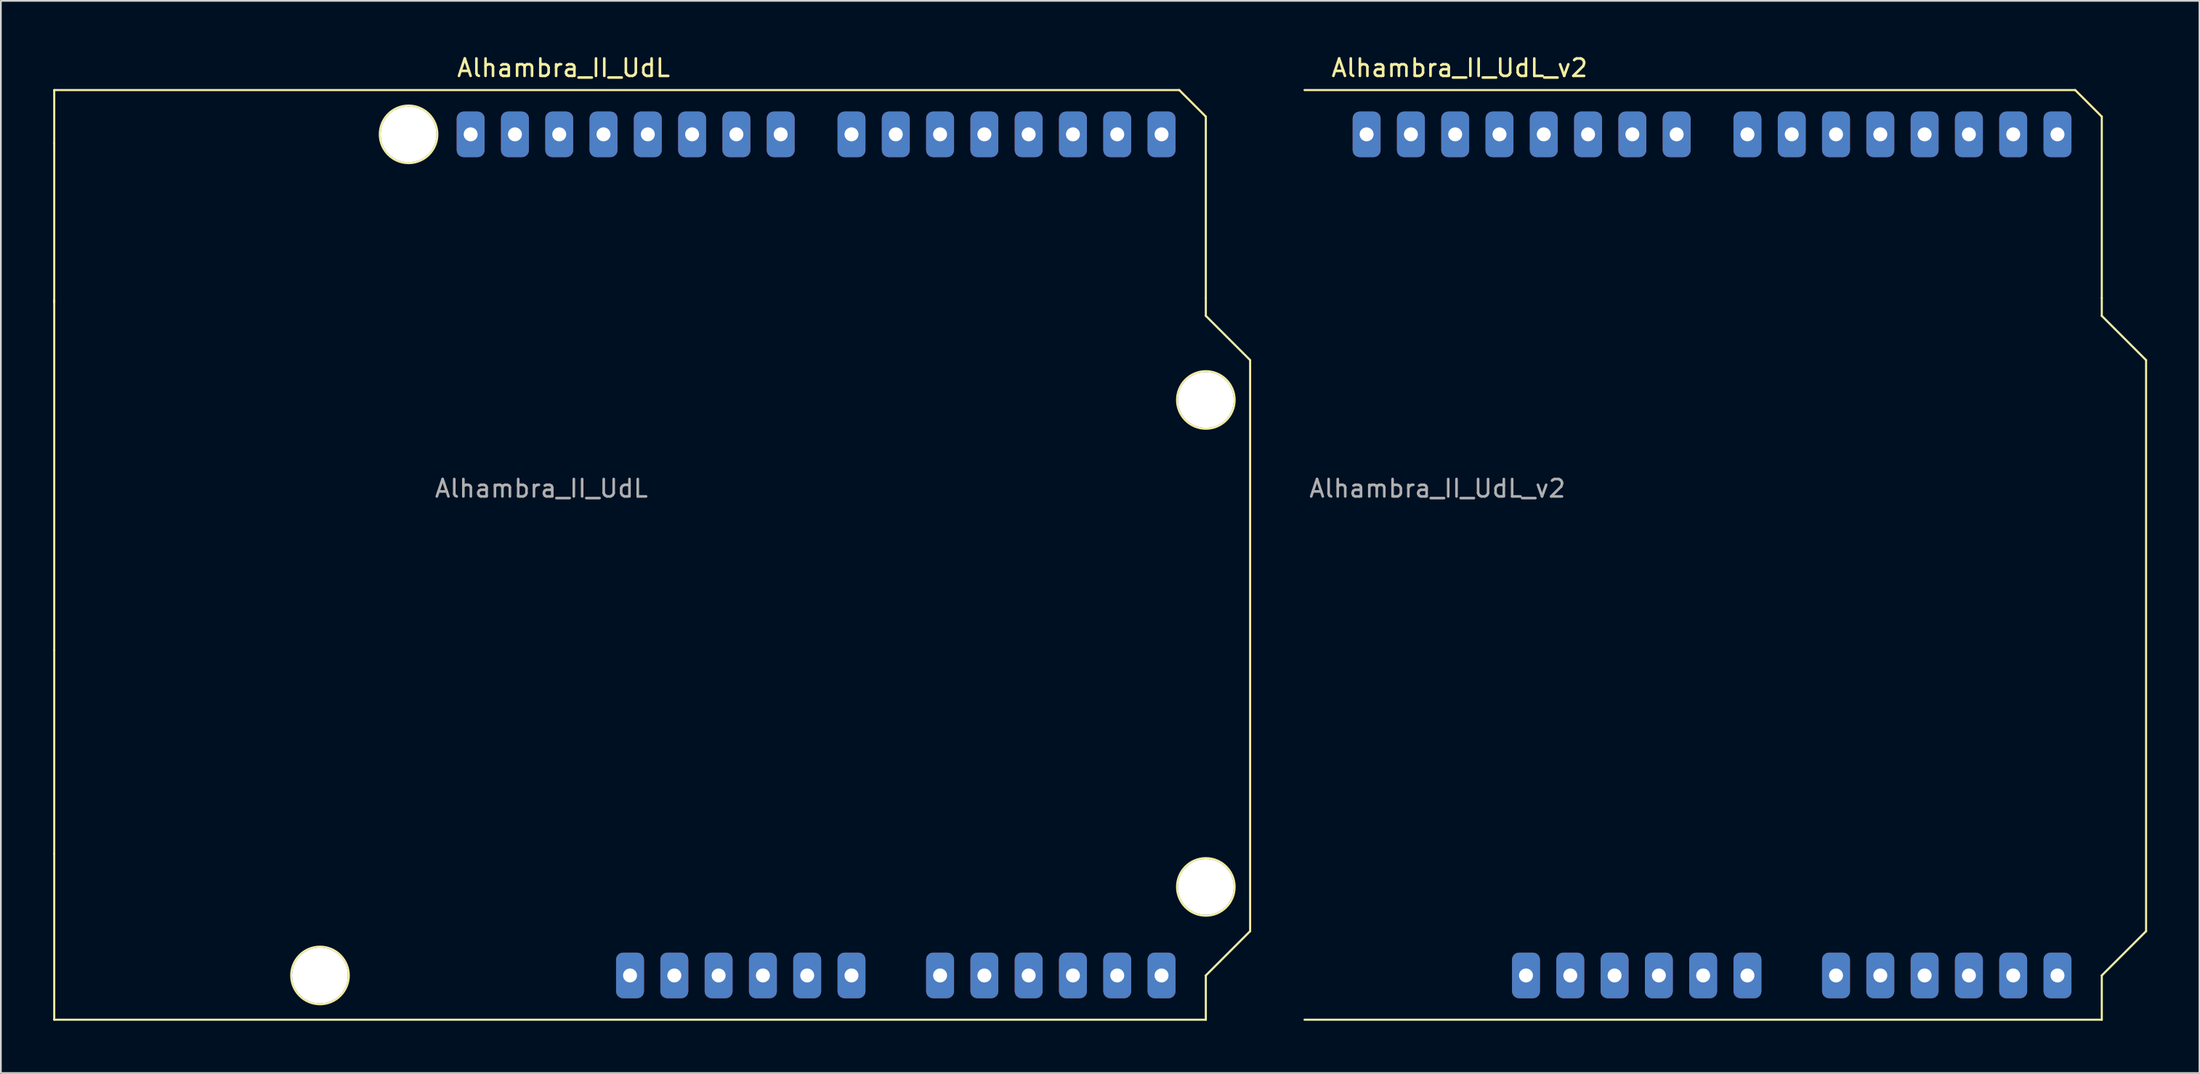
<source format=kicad_pcb>
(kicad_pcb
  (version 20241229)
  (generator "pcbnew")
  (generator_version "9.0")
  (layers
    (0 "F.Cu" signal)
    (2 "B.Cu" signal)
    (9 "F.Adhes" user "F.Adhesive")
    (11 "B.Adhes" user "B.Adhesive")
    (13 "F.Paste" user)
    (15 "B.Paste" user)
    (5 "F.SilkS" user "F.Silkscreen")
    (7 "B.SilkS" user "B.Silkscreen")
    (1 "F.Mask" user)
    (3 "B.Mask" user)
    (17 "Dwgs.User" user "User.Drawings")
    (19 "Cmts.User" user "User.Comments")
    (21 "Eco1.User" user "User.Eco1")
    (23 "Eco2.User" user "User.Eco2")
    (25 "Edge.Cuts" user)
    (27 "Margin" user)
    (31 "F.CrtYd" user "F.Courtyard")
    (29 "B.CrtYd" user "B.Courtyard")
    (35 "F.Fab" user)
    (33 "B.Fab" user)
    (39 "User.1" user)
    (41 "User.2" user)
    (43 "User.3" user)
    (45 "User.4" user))
  (footprint "Alhambra_II_UdL"
    (layer "F.Cu")
    (at 28 4.658)
    (property "Reference" "Alhambra_II_UdL" (at 1.27 -3.81 180) (layer "F.SilkS") (effects (font (size 1 1) (thickness 0.15))))
    (attr through_hole)
    (fp_line (start -27.94 -2.54) (end -27.94 0.51) (stroke (width 0.12) (type solid)) (layer "F.SilkS"))
    (fp_line (start -27.94 0.51) (end -27.94 9.65) (stroke (width 0.12) (type solid)) (layer "F.SilkS"))
    (fp_line (start -27.94 9.52) (end -27.94 29.59) (stroke (width 0.12) (type solid)) (layer "F.SilkS"))
    (fp_line (start -27.94 29.59) (end -27.94 41.27) (stroke (width 0.12) (type solid)) (layer "F.SilkS"))
    (fp_line (start -27.94 41.27) (end -27.94 50.8) (stroke (width 0.12) (type solid)) (layer "F.SilkS"))
    (fp_line (start -27.94 50.8) (end 38.1 50.8) (stroke (width 0.12) (type solid)) (layer "F.SilkS"))
    (fp_line (start 36.576 -2.54) (end -27.94 -2.54) (stroke (width 0.12) (type solid)) (layer "F.SilkS"))
    (fp_line (start 36.576 -2.54) (end 38.1 -1.016) (stroke (width 0.12) (type solid)) (layer "F.SilkS"))
    (fp_line (start 38.1 -1.016) (end 38.1 9.398) (stroke (width 0.12) (type solid)) (layer "F.SilkS"))
    (fp_line (start 38.1 10.414) (end 38.1 9.398) (stroke (width 0.12) (type solid)) (layer "F.SilkS"))
    (fp_line (start 38.1 48.26) (end 40.64 45.72) (stroke (width 0.12) (type solid)) (layer "F.SilkS"))
    (fp_line (start 38.1 50.8) (end 38.1 48.26) (stroke (width 0.12) (type solid)) (layer "F.SilkS"))
    (fp_line (start 40.64 12.954) (end 38.1 10.414) (stroke (width 0.12) (type solid)) (layer "F.SilkS"))
    (fp_line (start 40.64 12.954) (end 40.64 45.72) (stroke (width 0.12) (type solid)) (layer "F.SilkS"))
    (fp_circle (center -12.7 48.26) (end -12.7 46.609) (stroke (width 0.12) (type solid)) (fill no) (layer "F.SilkS"))
    (fp_circle (center -7.62 0) (end -7.62 -1.651) (stroke (width 0.12) (type solid)) (fill no) (layer "F.SilkS"))
    (fp_circle (center 38.1 15.24) (end 38.1 13.589) (stroke (width 0.12) (type solid)) (fill no) (layer "F.SilkS"))
    (fp_circle (center 38.1 43.18) (end 38.1 41.529) (stroke (width 0.12) (type solid)) (fill no) (layer "F.SilkS"))
    (fp_text user "${REFERENCE}" (at 0 20.32 180) (layer "F.Fab") (effects (font (size 1 1) (thickness 0.15))))
    (pad "" np_thru_hole circle (at -12.7 48.26 90) (size 3.2 3.2) (drill 3.2) (layers "*.Cu" "*.Mask"))
    (pad "" np_thru_hole circle (at -7.62 0 90) (size 3.2 3.2) (drill 3.2) (layers "*.Cu" "*.Mask"))
    (pad "" np_thru_hole circle (at 38.1 15.24 90) (size 3.2 3.2) (drill 3.2) (layers "*.Cu" "*.Mask"))
    (pad "" np_thru_hole circle (at 38.1 43.18 90) (size 3.2 3.2) (drill 3.2) (layers "*.Cu" "*.Mask"))
    (pad "1" thru_hole roundrect (at 5.08 48.26 90) (size 2.616 1.6) (drill 0.8) (layers "*.Cu" "*.Mask") (roundrect_rratio 0.25))
    (pad "2" thru_hole roundrect (at 7.62 48.26 90) (size 2.616 1.6) (drill 0.8) (layers "*.Cu" "*.Mask") (roundrect_rratio 0.25))
    (pad "3" thru_hole roundrect (at 10.16 48.26 90) (size 2.616 1.6) (drill 0.8) (layers "*.Cu" "*.Mask") (roundrect_rratio 0.25))
    (pad "4" thru_hole roundrect (at 12.7 48.26 90) (size 2.616 1.6) (drill 0.8) (layers "*.Cu" "*.Mask") (roundrect_rratio 0.25))
    (pad "5" thru_hole roundrect (at 15.24 48.26 90) (size 2.616 1.6) (drill 0.8) (layers "*.Cu" "*.Mask") (roundrect_rratio 0.25))
    (pad "6" thru_hole roundrect (at 17.78 48.26 90) (size 2.616 1.6) (drill 0.8) (layers "*.Cu" "*.Mask") (roundrect_rratio 0.25))
    (pad "7" thru_hole roundrect (at 22.86 48.26 90) (size 2.616 1.6) (drill 0.8) (layers "*.Cu" "*.Mask") (roundrect_rratio 0.25))
    (pad "8" thru_hole roundrect (at 25.4 48.26 90) (size 2.616 1.6) (drill 0.8) (layers "*.Cu" "*.Mask") (roundrect_rratio 0.25))
    (pad "9" thru_hole roundrect (at 27.94 48.26 90) (size 2.616 1.6) (drill 0.8) (layers "*.Cu" "*.Mask") (roundrect_rratio 0.25))
    (pad "10" thru_hole roundrect (at 30.48 48.26 90) (size 2.616 1.6) (drill 0.8) (layers "*.Cu" "*.Mask") (roundrect_rratio 0.25))
    (pad "11" thru_hole roundrect (at 33.02 48.26 90) (size 2.616 1.6) (drill 0.8) (layers "*.Cu" "*.Mask") (roundrect_rratio 0.25))
    (pad "12" thru_hole roundrect (at 35.56 48.26 90) (size 2.616 1.6) (drill 0.8) (layers "*.Cu" "*.Mask") (roundrect_rratio 0.25))
    (pad "13" thru_hole roundrect (at 35.56 0 90) (size 2.616 1.6) (drill 0.8) (layers "*.Cu" "*.Mask") (roundrect_rratio 0.25))
    (pad "14" thru_hole roundrect (at 33.02 0 90) (size 2.616 1.6) (drill 0.8) (layers "*.Cu" "*.Mask") (roundrect_rratio 0.25))
    (pad "15" thru_hole roundrect (at 30.48 0 90) (size 2.616 1.6) (drill 0.8) (layers "*.Cu" "*.Mask") (roundrect_rratio 0.25))
    (pad "16" thru_hole roundrect (at 27.94 0 90) (size 2.616 1.6) (drill 0.8) (layers "*.Cu" "*.Mask") (roundrect_rratio 0.25))
    (pad "17" thru_hole roundrect (at 25.4 0 90) (size 2.616 1.6) (drill 0.8) (layers "*.Cu" "*.Mask") (roundrect_rratio 0.25))
    (pad "18" thru_hole roundrect (at 22.86 0 90) (size 2.616 1.6) (drill 0.8) (layers "*.Cu" "*.Mask") (roundrect_rratio 0.25))
    (pad "19" thru_hole roundrect (at 20.32 0 90) (size 2.616 1.6) (drill 0.8) (layers "*.Cu" "*.Mask") (roundrect_rratio 0.25))
    (pad "20" thru_hole roundrect (at 17.78 0 90) (size 2.616 1.6) (drill 0.8) (layers "*.Cu" "*.Mask") (roundrect_rratio 0.25))
    (pad "21" thru_hole roundrect (at 13.72 0 90) (size 2.616 1.6) (drill 0.8) (layers "*.Cu" "*.Mask") (roundrect_rratio 0.25))
    (pad "22" thru_hole roundrect (at 11.18 0 90) (size 2.616 1.6) (drill 0.8) (layers "*.Cu" "*.Mask") (roundrect_rratio 0.25))
    (pad "23" thru_hole roundrect (at 8.64 0 90) (size 2.616 1.6) (drill 0.8) (layers "*.Cu" "*.Mask") (roundrect_rratio 0.25))
    (pad "24" thru_hole roundrect (at 6.1 0 90) (size 2.616 1.6) (drill 0.8) (layers "*.Cu" "*.Mask") (roundrect_rratio 0.25))
    (pad "25" thru_hole roundrect (at 3.56 0 90) (size 2.616 1.6) (drill 0.8) (layers "*.Cu" "*.Mask") (roundrect_rratio 0.25))
    (pad "26" thru_hole roundrect (at 1.02 0 90) (size 2.616 1.6) (drill 0.8) (layers "*.Cu" "*.Mask") (roundrect_rratio 0.25))
    (pad "27" thru_hole roundrect (at -1.52 0 90) (size 2.616 1.6) (drill 0.8) (layers "*.Cu" "*.Mask") (roundrect_rratio 0.25))
    (pad "28" thru_hole roundrect (at -4.06 0 90) (size 2.616 1.6) (drill 0.8) (layers "*.Cu" "*.Mask") (roundrect_rratio 0.25)))
  (footprint "Alhambra_II_UdL_v2"
    (layer "F.Cu")
    (at 79.38 4.658)
    (property "Reference" "Alhambra_II_UdL_v2" (at 1.27 -3.81 180) (layer "F.SilkS") (effects (font (size 1 1) (thickness 0.15))))
    (attr through_hole)
    (fp_line (start -7.62 -2.54) (end 36.576 -2.54) (stroke (width 0.12) (type solid)) (layer "F.SilkS"))
    (fp_line (start -7.62 50.8) (end 38.1 50.8) (stroke (width 0.12) (type solid)) (layer "F.SilkS"))
    (fp_line (start 36.576 -2.54) (end 38.1 -1.016) (stroke (width 0.12) (type solid)) (layer "F.SilkS"))
    (fp_line (start 38.1 -1.016) (end 38.1 9.398) (stroke (width 0.12) (type solid)) (layer "F.SilkS"))
    (fp_line (start 38.1 10.414) (end 38.1 9.398) (stroke (width 0.12) (type solid)) (layer "F.SilkS"))
    (fp_line (start 38.1 48.26) (end 40.64 45.72) (stroke (width 0.12) (type solid)) (layer "F.SilkS"))
    (fp_line (start 38.1 50.8) (end 38.1 48.26) (stroke (width 0.12) (type solid)) (layer "F.SilkS"))
    (fp_line (start 40.64 12.954) (end 38.1 10.414) (stroke (width 0.12) (type solid)) (layer "F.SilkS"))
    (fp_line (start 40.64 12.954) (end 40.64 45.72) (stroke (width 0.12) (type solid)) (layer "F.SilkS"))
    (fp_text user "${REFERENCE}" (at 0 20.32 180) (layer "F.Fab") (effects (font (size 1 1) (thickness 0.15))))
    (pad "1" thru_hole roundrect (at 5.08 48.26 90) (size 2.616 1.6) (drill 0.8) (layers "*.Cu" "*.Mask") (roundrect_rratio 0.25))
    (pad "2" thru_hole roundrect (at 7.62 48.26 90) (size 2.616 1.6) (drill 0.8) (layers "*.Cu" "*.Mask") (roundrect_rratio 0.25))
    (pad "3" thru_hole roundrect (at 10.16 48.26 90) (size 2.616 1.6) (drill 0.8) (layers "*.Cu" "*.Mask") (roundrect_rratio 0.25))
    (pad "4" thru_hole roundrect (at 12.7 48.26 90) (size 2.616 1.6) (drill 0.8) (layers "*.Cu" "*.Mask") (roundrect_rratio 0.25))
    (pad "5" thru_hole roundrect (at 15.24 48.26 90) (size 2.616 1.6) (drill 0.8) (layers "*.Cu" "*.Mask") (roundrect_rratio 0.25))
    (pad "6" thru_hole roundrect (at 17.78 48.26 90) (size 2.616 1.6) (drill 0.8) (layers "*.Cu" "*.Mask") (roundrect_rratio 0.25))
    (pad "7" thru_hole roundrect (at 22.86 48.26 90) (size 2.616 1.6) (drill 0.8) (layers "*.Cu" "*.Mask") (roundrect_rratio 0.25))
    (pad "8" thru_hole roundrect (at 25.4 48.26 90) (size 2.616 1.6) (drill 0.8) (layers "*.Cu" "*.Mask") (roundrect_rratio 0.25))
    (pad "9" thru_hole roundrect (at 27.94 48.26 90) (size 2.616 1.6) (drill 0.8) (layers "*.Cu" "*.Mask") (roundrect_rratio 0.25))
    (pad "10" thru_hole roundrect (at 30.48 48.26 90) (size 2.616 1.6) (drill 0.8) (layers "*.Cu" "*.Mask") (roundrect_rratio 0.25))
    (pad "11" thru_hole roundrect (at 33.02 48.26 90) (size 2.616 1.6) (drill 0.8) (layers "*.Cu" "*.Mask") (roundrect_rratio 0.25))
    (pad "12" thru_hole roundrect (at 35.56 48.26 90) (size 2.616 1.6) (drill 0.8) (layers "*.Cu" "*.Mask") (roundrect_rratio 0.25))
    (pad "13" thru_hole roundrect (at 35.56 0 90) (size 2.616 1.6) (drill 0.8) (layers "*.Cu" "*.Mask") (roundrect_rratio 0.25))
    (pad "14" thru_hole roundrect (at 33.02 0 90) (size 2.616 1.6) (drill 0.8) (layers "*.Cu" "*.Mask") (roundrect_rratio 0.25))
    (pad "15" thru_hole roundrect (at 30.48 0 90) (size 2.616 1.6) (drill 0.8) (layers "*.Cu" "*.Mask") (roundrect_rratio 0.25))
    (pad "16" thru_hole roundrect (at 27.94 0 90) (size 2.616 1.6) (drill 0.8) (layers "*.Cu" "*.Mask") (roundrect_rratio 0.25))
    (pad "17" thru_hole roundrect (at 25.4 0 90) (size 2.616 1.6) (drill 0.8) (layers "*.Cu" "*.Mask") (roundrect_rratio 0.25))
    (pad "18" thru_hole roundrect (at 22.86 0 90) (size 2.616 1.6) (drill 0.8) (layers "*.Cu" "*.Mask") (roundrect_rratio 0.25))
    (pad "19" thru_hole roundrect (at 20.32 0 90) (size 2.616 1.6) (drill 0.8) (layers "*.Cu" "*.Mask") (roundrect_rratio 0.25))
    (pad "20" thru_hole roundrect (at 17.78 0 90) (size 2.616 1.6) (drill 0.8) (layers "*.Cu" "*.Mask") (roundrect_rratio 0.25))
    (pad "21" thru_hole roundrect (at 13.72 0 90) (size 2.616 1.6) (drill 0.8) (layers "*.Cu" "*.Mask") (roundrect_rratio 0.25))
    (pad "22" thru_hole roundrect (at 11.18 0 90) (size 2.616 1.6) (drill 0.8) (layers "*.Cu" "*.Mask") (roundrect_rratio 0.25))
    (pad "23" thru_hole roundrect (at 8.64 0 90) (size 2.616 1.6) (drill 0.8) (layers "*.Cu" "*.Mask") (roundrect_rratio 0.25))
    (pad "24" thru_hole roundrect (at 6.1 0 90) (size 2.616 1.6) (drill 0.8) (layers "*.Cu" "*.Mask") (roundrect_rratio 0.25))
    (pad "25" thru_hole roundrect (at 3.56 0 90) (size 2.616 1.6) (drill 0.8) (layers "*.Cu" "*.Mask") (roundrect_rratio 0.25))
    (pad "26" thru_hole roundrect (at 1.02 0 90) (size 2.616 1.6) (drill 0.8) (layers "*.Cu" "*.Mask") (roundrect_rratio 0.25))
    (pad "27" thru_hole roundrect (at -1.52 0 90) (size 2.616 1.6) (drill 0.8) (layers "*.Cu" "*.Mask") (roundrect_rratio 0.25))
    (pad "28" thru_hole roundrect (at -4.06 0 90) (size 2.616 1.6) (drill 0.8) (layers "*.Cu" "*.Mask") (roundrect_rratio 0.25)))
  (gr_rect
    (start -3 -3)
    (end 123.08 58.518)
    (stroke (width 0.1) (type default))
    (fill no)
    (layer "Edge.Cuts")))
</source>
